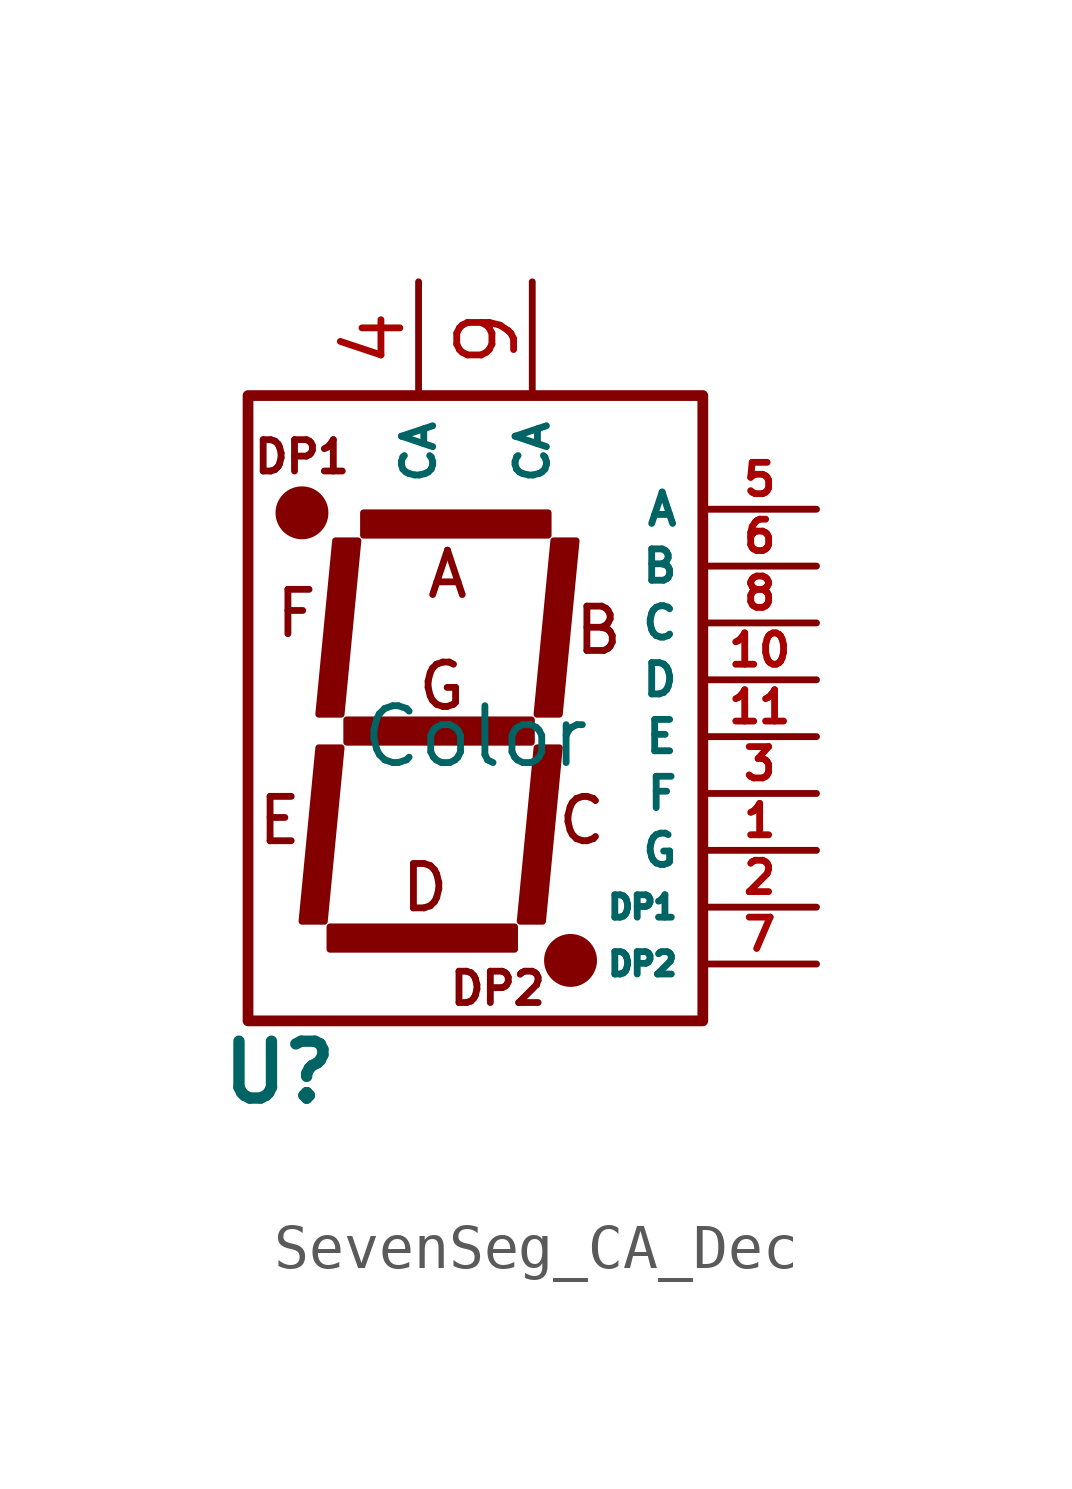
<source format=kicad_sym>
(kicad_symbol_lib
  (version 20241209)
  (generator "kicad_symbol_editor")
  (generator_version "9.0")
  (symbol "SevenSeg_CA_Dec"
    (property "Reference" "U"
      (at -4.375 -7.5 0)
      (do_not_autoplace)
      (effects (font (size 1.27 1.27) (thickness 0.254) (bold yes))))
    (property "Value" "Color"
      (at 0 0 0)
      (effects (font (size 1.27 1.27))))
    (symbol "SevenSeg_CA_Dec_1_0"
      (pin power_in line (at -1.27 10.16 270) (length 2.54) (name "CA" (effects (font (size 0.7 0.7)))) (number "4" (effects (font (size 1.27 1.27)))))
      (pin power_in line (at 1.27 10.16 270) (length 2.54) (name "CA" (effects (font (size 0.7 0.7)))) (number "9" (effects (font (size 1.27 1.27)))))
      (pin open_collector line (at 7.62 5.08 180) (length 2.54) (name "A" (effects (font (size 0.7 0.7)))) (number "5" (effects (font (size 0.7 0.7)))))
      (pin open_collector line (at 7.62 3.81 180) (length 2.54) (name "B" (effects (font (size 0.7 0.7)))) (number "6" (effects (font (size 0.7 0.7)))))
      (pin open_collector line (at 7.62 2.54 180) (length 2.54) (name "C" (effects (font (size 0.7 0.7)))) (number "8" (effects (font (size 0.7 0.7)))))
      (pin open_collector line (at 7.62 1.27 180) (length 2.54) (name "D" (effects (font (size 0.7 0.7)))) (number "10" (effects (font (size 0.7 0.7)))))
      (pin open_collector line (at 7.62 0 180) (length 2.54) (name "E" (effects (font (size 0.7 0.7)))) (number "11" (effects (font (size 0.7 0.7)))))
      (pin open_collector line (at 7.62 -1.27 180) (length 2.54) (name "F" (effects (font (size 0.7 0.7)))) (number "3" (effects (font (size 0.7 0.7)))))
      (pin open_collector line (at 7.62 -2.54 180) (length 2.54) (name "G" (effects (font (size 0.7 0.7)))) (number "1" (effects (font (size 0.7 0.7)))))
      (pin open_collector line (at 7.62 -3.81 180) (length 2.54) (name "DP1" (effects (font (size 0.5 0.5)))) (number "2" (effects (font (size 0.7 0.7)))))
      (pin open_collector line (at 7.62 -5.08 180) (length 2.54) (name "DP2" (effects (font (size 0.5 0.5)))) (number "7" (effects (font (size 0.7 0.7))))))
    (symbol "SevenSeg_CA_Dec_1_1"
      (rectangle (start -5.08 7.62) (end 5.08 -6.35) (stroke (width 0.24) (type solid)) (fill (type none)))
      (circle (center -3.875 5) (radius 0.515) (stroke (width 0) (type solid)) (fill (type outline)))
      (rectangle (start -3.25 -4.25) (end 0.875 -4.75) (stroke (width 0) (type default)) (fill (type outline)))
      (polyline (pts (xy -3 -0.25) (xy -3.375 -4.125) (xy -3.875 -4.125) (xy -3.5 -0.25) (xy -3 -0.25)) (stroke (width 0) (type default)) (fill (type outline)))
      (rectangle (start -2.875 0.375) (end 1.25 -0.125) (stroke (width 0) (type default)) (fill (type outline)))
      (polyline (pts (xy -2.625 4.375) (xy -3 0.5) (xy -3.5 0.5) (xy -3.125 4.375) (xy -2.625 4.375)) (stroke (width 0) (type default)) (fill (type outline)))
      (rectangle (start -2.5 5) (end 1.625 4.5) (stroke (width 0) (type default)) (fill (type outline)))
      (polyline (pts (xy 1.875 -0.25) (xy 1.5 -4.125) (xy 1 -4.125) (xy 1.375 -0.25) (xy 1.875 -0.25)) (stroke (width 0) (type default)) (fill (type outline)))
      (circle (center 2.125 -5) (radius 0.515) (stroke (width 0) (type solid)) (fill (type outline)))
      (polyline (pts (xy 2.25 4.375) (xy 1.875 0.5) (xy 1.375 0.5) (xy 1.75 4.375) (xy 2.25 4.375)) (stroke (width 0) (type default)) (fill (type outline)))
      (text "E" (at -4.375 -1.875 0) (effects (font (size 0.991 0.991))))
      (text "F" (at -4 2.75 0) (effects (font (size 0.991 0.991))))
      (text "DP1" (at -3.875 6.25 0) (effects (font (size 0.7 0.7))))
      (text "D" (at -1.125 -3.375 0) (effects (font (size 0.991 0.991))))
      (text "G" (at -0.75 1.125 0) (effects (font (size 0.991 0.991))))
      (text "A" (at -0.625 3.625 0) (effects (font (size 0.991 0.991))))
      (text "DP2" (at 0.5 -5.625 0) (effects (font (size 0.7 0.7))))
      (text "C" (at 2.375 -1.875 0) (effects (font (size 0.991 0.991))))
      (text "B" (at 2.75 2.375 0) (effects (font (size 0.991 0.991)))))))
</source>
